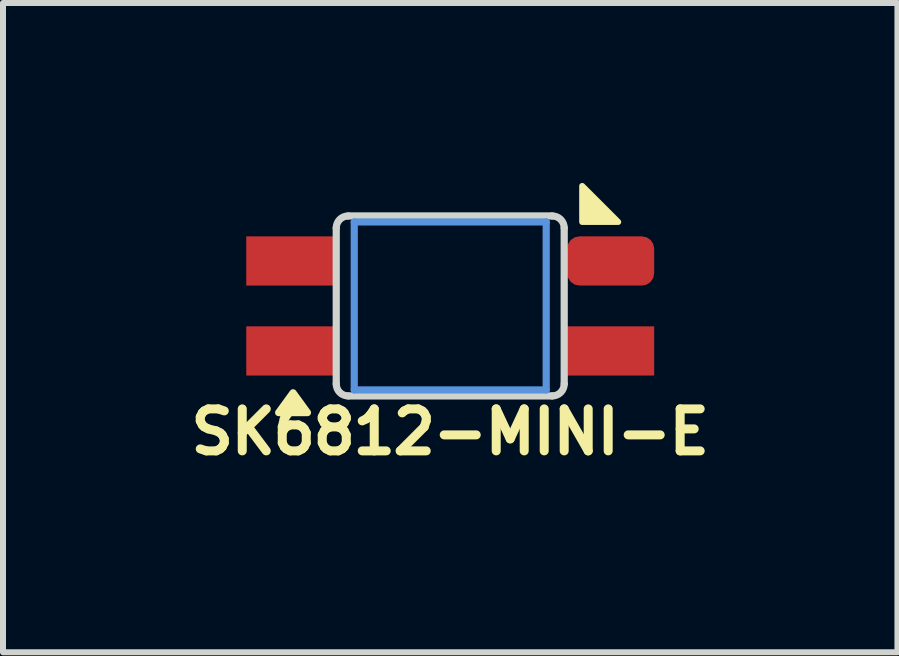
<source format=kicad_pcb>
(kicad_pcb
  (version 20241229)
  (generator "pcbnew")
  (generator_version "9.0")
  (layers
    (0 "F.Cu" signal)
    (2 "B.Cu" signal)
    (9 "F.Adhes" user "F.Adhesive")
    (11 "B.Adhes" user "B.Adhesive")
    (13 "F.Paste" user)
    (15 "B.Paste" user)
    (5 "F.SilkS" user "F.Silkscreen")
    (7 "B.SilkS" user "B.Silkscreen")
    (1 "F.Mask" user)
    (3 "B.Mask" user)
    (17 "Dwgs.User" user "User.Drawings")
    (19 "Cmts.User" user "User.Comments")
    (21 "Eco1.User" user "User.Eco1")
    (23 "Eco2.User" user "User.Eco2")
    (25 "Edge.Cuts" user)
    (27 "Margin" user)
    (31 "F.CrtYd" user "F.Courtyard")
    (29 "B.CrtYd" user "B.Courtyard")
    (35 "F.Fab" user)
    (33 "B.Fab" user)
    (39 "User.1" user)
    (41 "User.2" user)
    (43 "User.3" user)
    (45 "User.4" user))
  (footprint "SK6812-MINI-E"
    (layer "F.Cu")
    (at 4.455 2.05)
    (property "Reference" "SK6812-MINI-E" (at 0 2.1 0) (unlocked yes) (layer "F.SilkS") (effects (font (size 0.7 0.7) (thickness 0.15))))
    (attr smd)
    (fp_poly (pts (xy 2.8 -1.4) (xy 2.2 -1.4) (xy 2.2 -2)) (stroke (width 0.1) (type solid)) (fill yes) (layer "F.SilkS"))
    (fp_poly (pts (xy -2.62 1.448) (xy -2.38 1.778) (xy -2.86 1.778) (xy -2.62 1.448)) (stroke (width 0.12) (type solid)) (fill yes) (layer "F.SilkS"))
    (fp_line (start -1.6 -1.4) (end 1.6 -1.4) (stroke (width 0.12) (type solid)) (layer "Cmts.User"))
    (fp_line (start -1.6 1.4) (end -1.6 -1.4) (stroke (width 0.12) (type solid)) (layer "Cmts.User"))
    (fp_line (start 1.6 -1.4) (end 1.6 1.4) (stroke (width 0.12) (type solid)) (layer "Cmts.User"))
    (fp_line (start 1.6 1.4) (end -1.6 1.4) (stroke (width 0.12) (type solid)) (layer "Cmts.User"))
    (fp_line (start -1.9 1.3) (end -1.9 -1.3) (stroke (width 0.12) (type solid)) (layer "Edge.Cuts"))
    (fp_line (start -1.7 -1.5) (end 1.7 -1.5) (stroke (width 0.12) (type solid)) (layer "Edge.Cuts"))
    (fp_line (start 1.7 1.5) (end -1.7 1.5) (stroke (width 0.12) (type solid)) (layer "Edge.Cuts"))
    (fp_line (start 1.9 -1.3) (end 1.9 1.3) (stroke (width 0.12) (type solid)) (layer "Edge.Cuts"))
    (fp_arc (start -1.9 -1.3) (mid -1.841421 -1.441421) (end -1.7 -1.5) (stroke (width 0.12) (type solid)) (layer "Edge.Cuts"))
    (fp_arc (start -1.7 1.5) (mid -1.841421 1.441421) (end -1.9 1.3) (stroke (width 0.12) (type solid)) (layer "Edge.Cuts"))
    (fp_arc (start 1.7 -1.5) (mid 1.841421 -1.441421) (end 1.9 -1.3) (stroke (width 0.12) (type solid)) (layer "Edge.Cuts"))
    (fp_arc (start 1.9 1.3) (mid 1.841421 1.441421) (end 1.7 1.5) (stroke (width 0.12) (type solid)) (layer "Edge.Cuts"))
    (pad "1" smd rect (at 2.675 0.75) (size 1.45 0.82) (layers "F.Cu" "F.Mask" "F.Paste"))
    (pad "2" smd rect (at -2.675 0.75) (size 1.45 0.82) (layers "F.Cu" "F.Mask" "F.Paste"))
    (pad "3" smd rect (at -2.675 -0.75) (size 1.45 0.82) (layers "F.Cu" "F.Mask" "F.Paste"))
    (pad "4" smd roundrect (at 2.675 -0.75) (size 1.45 0.82) (layers "F.Cu" "F.Mask" "F.Paste") (roundrect_rratio 0.25)))
  (gr_rect
    (start -3 -3)
    (end 11.91 7.823)
    (stroke (width 0.1) (type default))
    (fill no)
    (layer "Edge.Cuts")))
</source>
